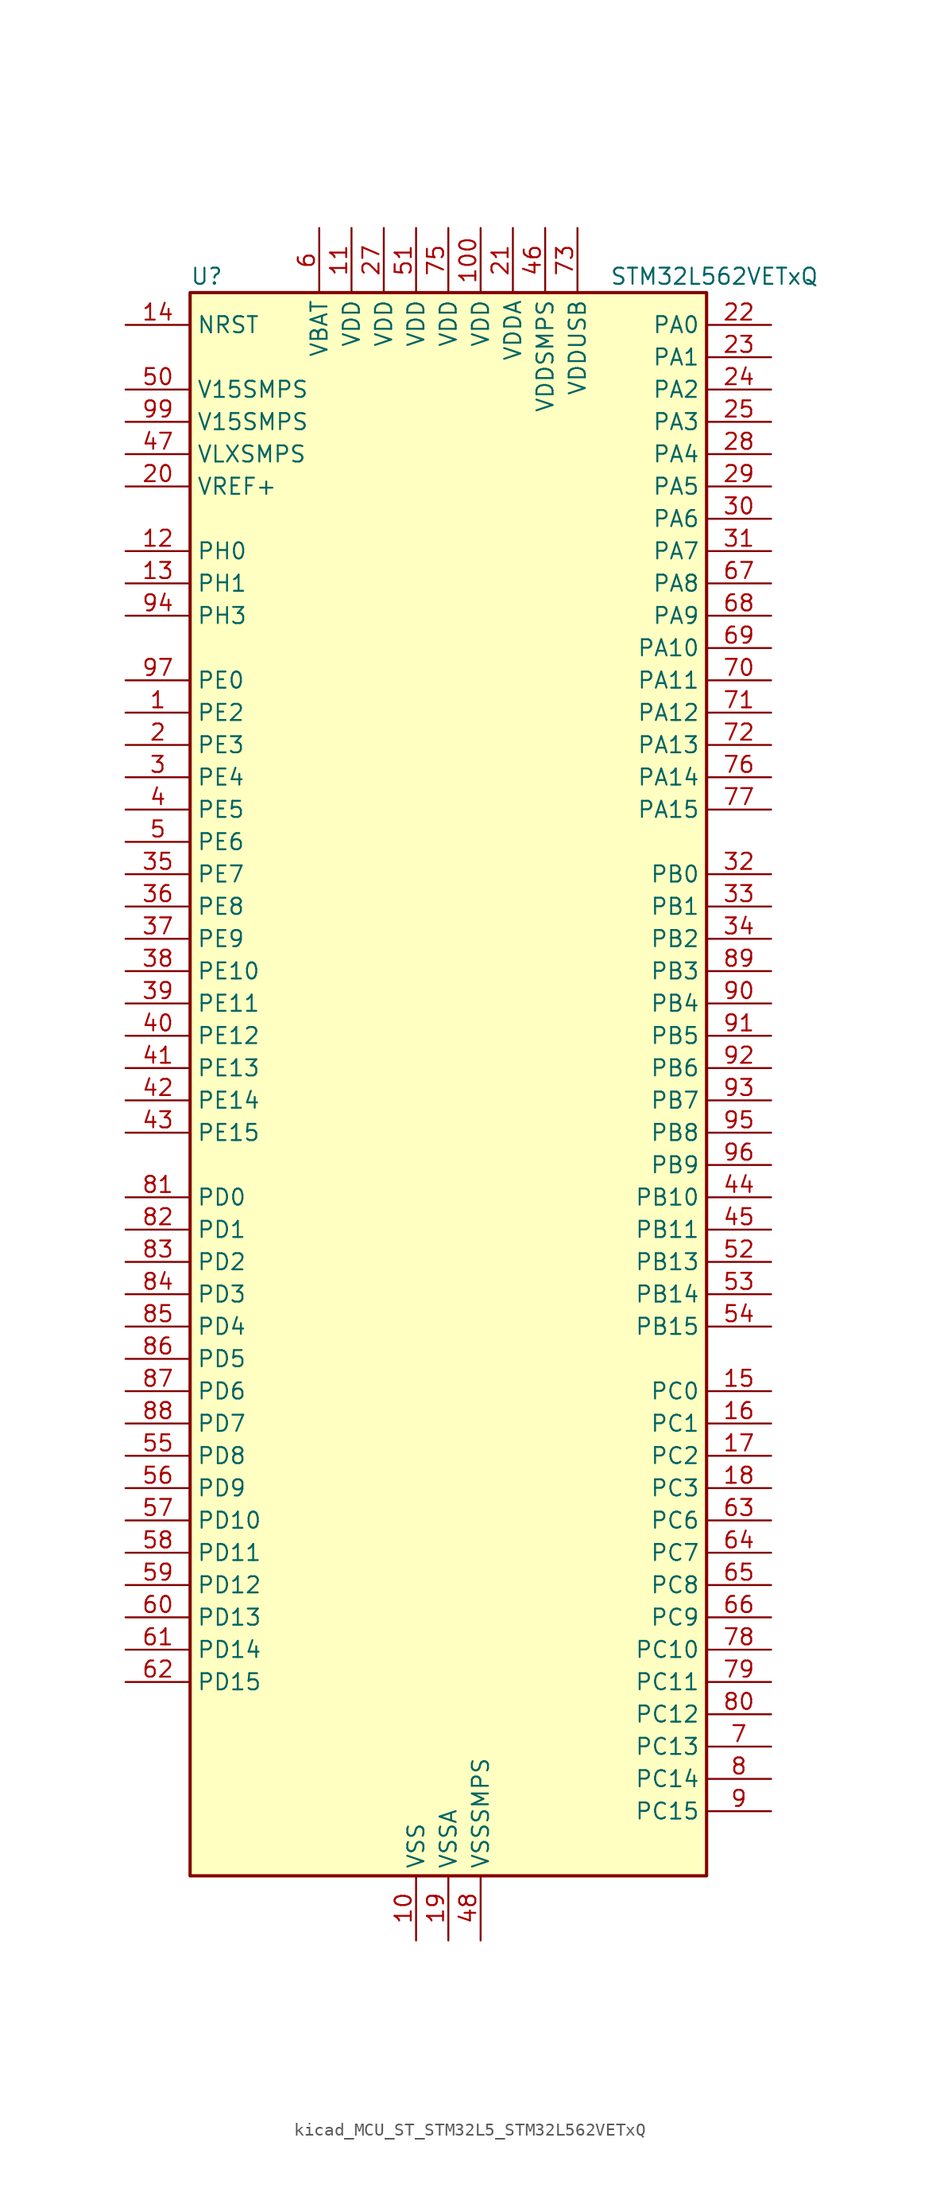
<source format=kicad_sym>
(kicad_symbol_lib
  (version 20220914)
  (generator kicad_symbol_editor)
  (symbol "kicad_MCU_ST_STM32L5_STM32L562VETxQ"
    (property "Reference" "U"
      (at -20.32 64.77 0)
      (effects (font (size 1.27 1.27)) (justify left)))
    (property "Value" "STM32L562VETxQ"
      (at 12.7 64.77 0)
      (effects (font (size 1.27 1.27)) (justify left)))
    (property "ki_locked" ""
      (at 0 0 0)
      (effects (font (size 1.27 1.27))))
    (symbol "kicad_MCU_ST_STM32L5_STM32L562VETxQ_0_1"
      (rectangle (start -20.32 -60.96) (end 20.32 63.5) (stroke (width 0.254) (type default)) (fill (type background))))
    (symbol "kicad_MCU_ST_STM32L5_STM32L562VETxQ_1_1"
      (pin bidirectional line (at -25.4 30.48 0) (length 5.08) (name "PE2" (effects (font (size 1.27 1.27)))) (number "1" (effects (font (size 1.27 1.27)))) (alternate "DEBUG_TRACECLK" bidirectional line) (alternate "FMC_A23" bidirectional line) (alternate "SAI1_CK1" bidirectional line) (alternate "SAI1_MCLK_A" bidirectional line) (alternate "TIM3_ETR" bidirectional line) (alternate "TSC_G7_IO1" bidirectional line))
      (pin power_in line (at -2.54 -66.04 90) (length 5.08) (name "VSS" (effects (font (size 1.27 1.27)))) (number "10" (effects (font (size 1.27 1.27)))))
      (pin power_in line (at 2.54 68.58 270) (length 5.08) (name "VDD" (effects (font (size 1.27 1.27)))) (number "100" (effects (font (size 1.27 1.27)))))
      (pin power_in line (at -7.62 68.58 270) (length 5.08) (name "VDD" (effects (font (size 1.27 1.27)))) (number "11" (effects (font (size 1.27 1.27)))))
      (pin bidirectional line (at -25.4 43.18 0) (length 5.08) (name "PH0" (effects (font (size 1.27 1.27)))) (number "12" (effects (font (size 1.27 1.27)))) (alternate "RCC_OSC_IN" bidirectional line))
      (pin bidirectional line (at -25.4 40.64 0) (length 5.08) (name "PH1" (effects (font (size 1.27 1.27)))) (number "13" (effects (font (size 1.27 1.27)))) (alternate "RCC_OSC_OUT" bidirectional line))
      (pin input line (at -25.4 60.96 0) (length 5.08) (name "NRST" (effects (font (size 1.27 1.27)))) (number "14" (effects (font (size 1.27 1.27)))))
      (pin bidirectional line (at 25.4 -22.86 180) (length 5.08) (name "PC0" (effects (font (size 1.27 1.27)))) (number "15" (effects (font (size 1.27 1.27)))) (alternate "ADC1_IN1" bidirectional line) (alternate "ADC2_IN1" bidirectional line) (alternate "I2C3_SCL" bidirectional line) (alternate "LPTIM1_IN1" bidirectional line) (alternate "LPTIM2_IN1" bidirectional line) (alternate "LPUART1_RX" bidirectional line) (alternate "OCTOSPI1_IO7" bidirectional line) (alternate "SAI2_FS_A" bidirectional line) (alternate "SDMMC1_D5" bidirectional line))
      (pin bidirectional line (at 25.4 -25.4 180) (length 5.08) (name "PC1" (effects (font (size 1.27 1.27)))) (number "16" (effects (font (size 1.27 1.27)))) (alternate "ADC1_IN2" bidirectional line) (alternate "ADC2_IN2" bidirectional line) (alternate "DEBUG_TRACED0" bidirectional line) (alternate "I2C3_SDA" bidirectional line) (alternate "LPTIM1_OUT" bidirectional line) (alternate "LPUART1_TX" bidirectional line) (alternate "OCTOSPI1_IO4" bidirectional line) (alternate "SAI1_SD_A" bidirectional line) (alternate "SPI2_MOSI" bidirectional line))
      (pin bidirectional line (at 25.4 -27.94 180) (length 5.08) (name "PC2" (effects (font (size 1.27 1.27)))) (number "17" (effects (font (size 1.27 1.27)))) (alternate "ADC1_IN3" bidirectional line) (alternate "ADC2_IN3" bidirectional line) (alternate "DFSDM1_CKOUT" bidirectional line) (alternate "LPTIM1_IN2" bidirectional line) (alternate "OCTOSPI1_IO5" bidirectional line) (alternate "SPI2_MISO" bidirectional line))
      (pin bidirectional line (at 25.4 -30.48 180) (length 5.08) (name "PC3" (effects (font (size 1.27 1.27)))) (number "18" (effects (font (size 1.27 1.27)))) (alternate "ADC1_IN4" bidirectional line) (alternate "ADC2_IN4" bidirectional line) (alternate "LPTIM1_ETR" bidirectional line) (alternate "LPTIM2_ETR" bidirectional line) (alternate "LPTIM3_OUT" bidirectional line) (alternate "OCTOSPI1_IO6" bidirectional line) (alternate "SAI1_D1" bidirectional line) (alternate "SAI1_SD_A" bidirectional line) (alternate "SPI2_MOSI" bidirectional line))
      (pin power_in line (at 0 -66.04 90) (length 5.08) (name "VSSA" (effects (font (size 1.27 1.27)))) (number "19" (effects (font (size 1.27 1.27)))))
      (pin bidirectional line (at -25.4 27.94 0) (length 5.08) (name "PE3" (effects (font (size 1.27 1.27)))) (number "2" (effects (font (size 1.27 1.27)))) (alternate "DEBUG_TRACED0" bidirectional line) (alternate "FMC_A19" bidirectional line) (alternate "OCTOSPI1_DQS" bidirectional line) (alternate "SAI1_SD_B" bidirectional line) (alternate "TIM3_CH1" bidirectional line) (alternate "TSC_G7_IO2" bidirectional line))
      (pin input line (at -25.4 48.26 0) (length 5.08) (name "VREF+" (effects (font (size 1.27 1.27)))) (number "20" (effects (font (size 1.27 1.27)))))
      (pin power_in line (at 5.08 68.58 270) (length 5.08) (name "VDDA" (effects (font (size 1.27 1.27)))) (number "21" (effects (font (size 1.27 1.27)))))
      (pin bidirectional line (at 25.4 60.96 180) (length 5.08) (name "PA0" (effects (font (size 1.27 1.27)))) (number "22" (effects (font (size 1.27 1.27)))) (alternate "ADC1_IN5" bidirectional line) (alternate "ADC2_IN5" bidirectional line) (alternate "OPAMP1_VINP" bidirectional line) (alternate "PWR_WKUP1" bidirectional line) (alternate "SAI1_EXTCLK" bidirectional line) (alternate "TAMP_IN2" bidirectional line) (alternate "TAMP_OUT1" bidirectional line) (alternate "TIM2_CH1" bidirectional line) (alternate "TIM2_ETR" bidirectional line) (alternate "TIM5_CH1" bidirectional line) (alternate "TIM8_ETR" bidirectional line) (alternate "UART4_TX" bidirectional line) (alternate "USART2_CTS" bidirectional line) (alternate "USART2_NSS" bidirectional line))
      (pin bidirectional line (at 25.4 58.42 180) (length 5.08) (name "PA1" (effects (font (size 1.27 1.27)))) (number "23" (effects (font (size 1.27 1.27)))) (alternate "ADC1_IN6" bidirectional line) (alternate "ADC2_IN6" bidirectional line) (alternate "I2C1_SMBA" bidirectional line) (alternate "OCTOSPI1_DQS" bidirectional line) (alternate "OPAMP1_VINM" bidirectional line) (alternate "SPI1_SCK" bidirectional line) (alternate "TAMP_IN5" bidirectional line) (alternate "TAMP_OUT4" bidirectional line) (alternate "TIM15_CH1N" bidirectional line) (alternate "TIM2_CH2" bidirectional line) (alternate "TIM5_CH2" bidirectional line) (alternate "UART4_RX" bidirectional line) (alternate "USART2_DE" bidirectional line) (alternate "USART2_RTS" bidirectional line))
      (pin bidirectional line (at 25.4 55.88 180) (length 5.08) (name "PA2" (effects (font (size 1.27 1.27)))) (number "24" (effects (font (size 1.27 1.27)))) (alternate "ADC1_IN7" bidirectional line) (alternate "ADC2_IN7" bidirectional line) (alternate "COMP1_INP" bidirectional line) (alternate "LPUART1_TX" bidirectional line) (alternate "OCTOSPI1_NCS" bidirectional line) (alternate "PWR_WKUP4" bidirectional line) (alternate "RCC_LSCO" bidirectional line) (alternate "SAI2_EXTCLK" bidirectional line) (alternate "TIM15_CH1" bidirectional line) (alternate "TIM2_CH3" bidirectional line) (alternate "TIM5_CH3" bidirectional line) (alternate "UCPD1_FRSTX1" bidirectional line) (alternate "USART2_TX" bidirectional line))
      (pin bidirectional line (at 25.4 53.34 180) (length 5.08) (name "PA3" (effects (font (size 1.27 1.27)))) (number "25" (effects (font (size 1.27 1.27)))) (alternate "ADC1_IN8" bidirectional line) (alternate "ADC2_IN8" bidirectional line) (alternate "LPUART1_RX" bidirectional line) (alternate "OCTOSPI1_CLK" bidirectional line) (alternate "OPAMP1_VOUT" bidirectional line) (alternate "SAI1_CK1" bidirectional line) (alternate "SAI1_MCLK_A" bidirectional line) (alternate "TIM15_CH2" bidirectional line) (alternate "TIM2_CH4" bidirectional line) (alternate "TIM5_CH4" bidirectional line) (alternate "USART2_RX" bidirectional line))
      (pin passive line (at -2.54 -66.04 90) (length 5.08) hide (name "VSS" (effects (font (size 1.27 1.27)))) (number "26" (effects (font (size 1.27 1.27)))))
      (pin power_in line (at -5.08 68.58 270) (length 5.08) (name "VDD" (effects (font (size 1.27 1.27)))) (number "27" (effects (font (size 1.27 1.27)))))
      (pin bidirectional line (at 25.4 50.8 180) (length 5.08) (name "PA4" (effects (font (size 1.27 1.27)))) (number "28" (effects (font (size 1.27 1.27)))) (alternate "ADC1_IN9" bidirectional line) (alternate "ADC2_IN9" bidirectional line) (alternate "DAC1_OUT1" bidirectional line) (alternate "LPTIM2_OUT" bidirectional line) (alternate "OCTOSPI1_NCS" bidirectional line) (alternate "SAI1_FS_B" bidirectional line) (alternate "SPI1_NSS" bidirectional line) (alternate "SPI3_NSS" bidirectional line) (alternate "USART2_CK" bidirectional line))
      (pin bidirectional line (at 25.4 48.26 180) (length 5.08) (name "PA5" (effects (font (size 1.27 1.27)))) (number "29" (effects (font (size 1.27 1.27)))) (alternate "ADC1_IN10" bidirectional line) (alternate "ADC2_IN10" bidirectional line) (alternate "DAC1_OUT2" bidirectional line) (alternate "LPTIM2_ETR" bidirectional line) (alternate "SPI1_SCK" bidirectional line) (alternate "TIM2_CH1" bidirectional line) (alternate "TIM2_ETR" bidirectional line) (alternate "TIM8_CH1N" bidirectional line))
      (pin bidirectional line (at -25.4 25.4 0) (length 5.08) (name "PE4" (effects (font (size 1.27 1.27)))) (number "3" (effects (font (size 1.27 1.27)))) (alternate "DEBUG_TRACED1" bidirectional line) (alternate "DFSDM1_DATIN3" bidirectional line) (alternate "FMC_A20" bidirectional line) (alternate "SAI1_D2" bidirectional line) (alternate "SAI1_FS_A" bidirectional line) (alternate "TIM3_CH2" bidirectional line) (alternate "TSC_G7_IO3" bidirectional line))
      (pin bidirectional line (at 25.4 45.72 180) (length 5.08) (name "PA6" (effects (font (size 1.27 1.27)))) (number "30" (effects (font (size 1.27 1.27)))) (alternate "ADC1_IN11" bidirectional line) (alternate "ADC2_IN11" bidirectional line) (alternate "LPUART1_CTS" bidirectional line) (alternate "OCTOSPI1_IO3" bidirectional line) (alternate "OPAMP2_VINP" bidirectional line) (alternate "SPI1_MISO" bidirectional line) (alternate "TIM16_CH1" bidirectional line) (alternate "TIM1_BKIN" bidirectional line) (alternate "TIM3_CH1" bidirectional line) (alternate "TIM8_BKIN" bidirectional line) (alternate "USART3_CTS" bidirectional line) (alternate "USART3_NSS" bidirectional line))
      (pin bidirectional line (at 25.4 43.18 180) (length 5.08) (name "PA7" (effects (font (size 1.27 1.27)))) (number "31" (effects (font (size 1.27 1.27)))) (alternate "ADC1_IN12" bidirectional line) (alternate "ADC2_IN12" bidirectional line) (alternate "I2C3_SCL" bidirectional line) (alternate "OCTOSPI1_IO2" bidirectional line) (alternate "OPAMP2_VINM" bidirectional line) (alternate "SPI1_MOSI" bidirectional line) (alternate "TIM17_CH1" bidirectional line) (alternate "TIM1_CH1N" bidirectional line) (alternate "TIM3_CH2" bidirectional line) (alternate "TIM8_CH1N" bidirectional line))
      (pin bidirectional line (at 25.4 17.78 180) (length 5.08) (name "PB0" (effects (font (size 1.27 1.27)))) (number "32" (effects (font (size 1.27 1.27)))) (alternate "ADC1_IN15" bidirectional line) (alternate "ADC2_IN15" bidirectional line) (alternate "COMP1_OUT" bidirectional line) (alternate "OCTOSPI1_IO1" bidirectional line) (alternate "OPAMP2_VOUT" bidirectional line) (alternate "SAI1_EXTCLK" bidirectional line) (alternate "SPI1_NSS" bidirectional line) (alternate "TIM1_CH2N" bidirectional line) (alternate "TIM3_CH3" bidirectional line) (alternate "TIM8_CH2N" bidirectional line) (alternate "USART3_CK" bidirectional line))
      (pin bidirectional line (at 25.4 15.24 180) (length 5.08) (name "PB1" (effects (font (size 1.27 1.27)))) (number "33" (effects (font (size 1.27 1.27)))) (alternate "ADC1_IN16" bidirectional line) (alternate "ADC2_IN16" bidirectional line) (alternate "COMP1_INM" bidirectional line) (alternate "DFSDM1_DATIN0" bidirectional line) (alternate "LPTIM2_IN1" bidirectional line) (alternate "LPUART1_DE" bidirectional line) (alternate "LPUART1_RTS" bidirectional line) (alternate "OCTOSPI1_IO0" bidirectional line) (alternate "TIM1_CH3N" bidirectional line) (alternate "TIM3_CH4" bidirectional line) (alternate "TIM8_CH3N" bidirectional line) (alternate "USART3_DE" bidirectional line) (alternate "USART3_RTS" bidirectional line))
      (pin bidirectional line (at 25.4 12.7 180) (length 5.08) (name "PB2" (effects (font (size 1.27 1.27)))) (number "34" (effects (font (size 1.27 1.27)))) (alternate "COMP1_INP" bidirectional line) (alternate "DFSDM1_CKIN0" bidirectional line) (alternate "I2C3_SMBA" bidirectional line) (alternate "LPTIM1_OUT" bidirectional line) (alternate "OCTOSPI1_DQS" bidirectional line) (alternate "RTC_OUT2" bidirectional line) (alternate "UCPD1_FRSTX1" bidirectional line))
      (pin bidirectional line (at -25.4 17.78 0) (length 5.08) (name "PE7" (effects (font (size 1.27 1.27)))) (number "35" (effects (font (size 1.27 1.27)))) (alternate "DFSDM1_DATIN2" bidirectional line) (alternate "FMC_D4" bidirectional line) (alternate "FMC_DA4" bidirectional line) (alternate "SAI1_SD_B" bidirectional line) (alternate "TIM1_ETR" bidirectional line))
      (pin bidirectional line (at -25.4 15.24 0) (length 5.08) (name "PE8" (effects (font (size 1.27 1.27)))) (number "36" (effects (font (size 1.27 1.27)))) (alternate "DFSDM1_CKIN2" bidirectional line) (alternate "FMC_D5" bidirectional line) (alternate "FMC_DA5" bidirectional line) (alternate "SAI1_SCK_B" bidirectional line) (alternate "TIM1_CH1N" bidirectional line))
      (pin bidirectional line (at -25.4 12.7 0) (length 5.08) (name "PE9" (effects (font (size 1.27 1.27)))) (number "37" (effects (font (size 1.27 1.27)))) (alternate "DAC1_EXTI9" bidirectional line) (alternate "DFSDM1_CKOUT" bidirectional line) (alternate "FMC_D6" bidirectional line) (alternate "FMC_DA6" bidirectional line) (alternate "OCTOSPI1_NCLK" bidirectional line) (alternate "SAI1_FS_B" bidirectional line) (alternate "TIM1_CH1" bidirectional line))
      (pin bidirectional line (at -25.4 10.16 0) (length 5.08) (name "PE10" (effects (font (size 1.27 1.27)))) (number "38" (effects (font (size 1.27 1.27)))) (alternate "FMC_D7" bidirectional line) (alternate "FMC_DA7" bidirectional line) (alternate "OCTOSPI1_CLK" bidirectional line) (alternate "SAI1_MCLK_B" bidirectional line) (alternate "TIM1_CH2N" bidirectional line) (alternate "TSC_G5_IO1" bidirectional line))
      (pin bidirectional line (at -25.4 7.62 0) (length 5.08) (name "PE11" (effects (font (size 1.27 1.27)))) (number "39" (effects (font (size 1.27 1.27)))) (alternate "ADC1_EXTI11" bidirectional line) (alternate "ADC2_EXTI11" bidirectional line) (alternate "FMC_D8" bidirectional line) (alternate "FMC_DA8" bidirectional line) (alternate "OCTOSPI1_NCS" bidirectional line) (alternate "TIM1_CH2" bidirectional line) (alternate "TSC_G5_IO2" bidirectional line))
      (pin bidirectional line (at -25.4 22.86 0) (length 5.08) (name "PE5" (effects (font (size 1.27 1.27)))) (number "4" (effects (font (size 1.27 1.27)))) (alternate "DEBUG_TRACED2" bidirectional line) (alternate "DFSDM1_CKIN3" bidirectional line) (alternate "FMC_A21" bidirectional line) (alternate "SAI1_CK2" bidirectional line) (alternate "SAI1_SCK_A" bidirectional line) (alternate "TIM3_CH3" bidirectional line) (alternate "TSC_G7_IO4" bidirectional line))
      (pin bidirectional line (at -25.4 5.08 0) (length 5.08) (name "PE12" (effects (font (size 1.27 1.27)))) (number "40" (effects (font (size 1.27 1.27)))) (alternate "FMC_D9" bidirectional line) (alternate "FMC_DA9" bidirectional line) (alternate "OCTOSPI1_IO0" bidirectional line) (alternate "SPI1_NSS" bidirectional line) (alternate "TIM1_CH3N" bidirectional line) (alternate "TSC_G5_IO3" bidirectional line))
      (pin bidirectional line (at -25.4 2.54 0) (length 5.08) (name "PE13" (effects (font (size 1.27 1.27)))) (number "41" (effects (font (size 1.27 1.27)))) (alternate "FMC_D10" bidirectional line) (alternate "FMC_DA10" bidirectional line) (alternate "OCTOSPI1_IO1" bidirectional line) (alternate "SPI1_SCK" bidirectional line) (alternate "TIM1_CH3" bidirectional line) (alternate "TSC_G5_IO4" bidirectional line))
      (pin bidirectional line (at -25.4 0 0) (length 5.08) (name "PE14" (effects (font (size 1.27 1.27)))) (number "42" (effects (font (size 1.27 1.27)))) (alternate "FMC_D11" bidirectional line) (alternate "FMC_DA11" bidirectional line) (alternate "OCTOSPI1_IO2" bidirectional line) (alternate "SPI1_MISO" bidirectional line) (alternate "TIM1_BKIN2" bidirectional line) (alternate "TIM1_CH4" bidirectional line))
      (pin bidirectional line (at -25.4 -2.54 0) (length 5.08) (name "PE15" (effects (font (size 1.27 1.27)))) (number "43" (effects (font (size 1.27 1.27)))) (alternate "ADC1_EXTI15" bidirectional line) (alternate "ADC2_EXTI15" bidirectional line) (alternate "FMC_D12" bidirectional line) (alternate "FMC_DA12" bidirectional line) (alternate "OCTOSPI1_IO3" bidirectional line) (alternate "SPI1_MOSI" bidirectional line) (alternate "TIM1_BKIN" bidirectional line))
      (pin bidirectional line (at 25.4 -7.62 180) (length 5.08) (name "PB10" (effects (font (size 1.27 1.27)))) (number "44" (effects (font (size 1.27 1.27)))) (alternate "COMP1_OUT" bidirectional line) (alternate "I2C2_SCL" bidirectional line) (alternate "I2C4_SCL" bidirectional line) (alternate "LPTIM3_OUT" bidirectional line) (alternate "LPUART1_RX" bidirectional line) (alternate "OCTOSPI1_CLK" bidirectional line) (alternate "SAI1_SCK_A" bidirectional line) (alternate "SPI2_SCK" bidirectional line) (alternate "TIM2_CH3" bidirectional line) (alternate "TSC_SYNC" bidirectional line) (alternate "USART3_TX" bidirectional line))
      (pin bidirectional line (at 25.4 -10.16 180) (length 5.08) (name "PB11" (effects (font (size 1.27 1.27)))) (number "45" (effects (font (size 1.27 1.27)))) (alternate "ADC1_EXTI11" bidirectional line) (alternate "ADC2_EXTI11" bidirectional line) (alternate "COMP2_OUT" bidirectional line) (alternate "I2C2_SDA" bidirectional line) (alternate "I2C4_SDA" bidirectional line) (alternate "LPUART1_TX" bidirectional line) (alternate "OCTOSPI1_NCS" bidirectional line) (alternate "TIM2_CH4" bidirectional line) (alternate "USART3_RX" bidirectional line))
      (pin power_in line (at 7.62 68.58 270) (length 5.08) (name "VDDSMPS" (effects (font (size 1.27 1.27)))) (number "46" (effects (font (size 1.27 1.27)))))
      (pin power_in line (at -25.4 50.8 0) (length 5.08) (name "VLXSMPS" (effects (font (size 1.27 1.27)))) (number "47" (effects (font (size 1.27 1.27)))))
      (pin power_in line (at 2.54 -66.04 90) (length 5.08) (name "VSSSMPS" (effects (font (size 1.27 1.27)))) (number "48" (effects (font (size 1.27 1.27)))))
      (pin passive line (at -2.54 -66.04 90) (length 5.08) hide (name "VSS" (effects (font (size 1.27 1.27)))) (number "49" (effects (font (size 1.27 1.27)))))
      (pin bidirectional line (at -25.4 20.32 0) (length 5.08) (name "PE6" (effects (font (size 1.27 1.27)))) (number "5" (effects (font (size 1.27 1.27)))) (alternate "DEBUG_TRACED3" bidirectional line) (alternate "FMC_A22" bidirectional line) (alternate "PWR_WKUP3" bidirectional line) (alternate "SAI1_D1" bidirectional line) (alternate "SAI1_SD_A" bidirectional line) (alternate "TAMP_IN3" bidirectional line) (alternate "TAMP_OUT6" bidirectional line) (alternate "TIM3_CH4" bidirectional line))
      (pin power_in line (at -25.4 55.88 0) (length 5.08) (name "V15SMPS" (effects (font (size 1.27 1.27)))) (number "50" (effects (font (size 1.27 1.27)))))
      (pin power_in line (at -2.54 68.58 270) (length 5.08) (name "VDD" (effects (font (size 1.27 1.27)))) (number "51" (effects (font (size 1.27 1.27)))))
      (pin bidirectional line (at 25.4 -12.7 180) (length 5.08) (name "PB13" (effects (font (size 1.27 1.27)))) (number "52" (effects (font (size 1.27 1.27)))) (alternate "DFSDM1_CKIN1" bidirectional line) (alternate "I2C2_SCL" bidirectional line) (alternate "LPTIM3_IN1" bidirectional line) (alternate "LPUART1_CTS" bidirectional line) (alternate "SAI2_SCK_A" bidirectional line) (alternate "SPI2_SCK" bidirectional line) (alternate "TIM15_CH1N" bidirectional line) (alternate "TIM1_CH1N" bidirectional line) (alternate "TSC_G1_IO2" bidirectional line) (alternate "UCPD1_FRSTX2" bidirectional line) (alternate "USART3_CTS" bidirectional line) (alternate "USART3_NSS" bidirectional line))
      (pin bidirectional line (at 25.4 -15.24 180) (length 5.08) (name "PB14" (effects (font (size 1.27 1.27)))) (number "53" (effects (font (size 1.27 1.27)))) (alternate "DFSDM1_DATIN2" bidirectional line) (alternate "I2C2_SDA" bidirectional line) (alternate "LPTIM3_ETR" bidirectional line) (alternate "SAI2_MCLK_A" bidirectional line) (alternate "SPI2_MISO" bidirectional line) (alternate "TIM15_CH1" bidirectional line) (alternate "TIM1_CH2N" bidirectional line) (alternate "TIM8_CH2N" bidirectional line) (alternate "TSC_G1_IO3" bidirectional line) (alternate "UCPD1_DBCC2" bidirectional line) (alternate "USART3_DE" bidirectional line) (alternate "USART3_RTS" bidirectional line))
      (pin bidirectional line (at 25.4 -17.78 180) (length 5.08) (name "PB15" (effects (font (size 1.27 1.27)))) (number "54" (effects (font (size 1.27 1.27)))) (alternate "ADC1_EXTI15" bidirectional line) (alternate "ADC2_EXTI15" bidirectional line) (alternate "DFSDM1_CKIN2" bidirectional line) (alternate "RTC_REFIN" bidirectional line) (alternate "SAI2_SD_A" bidirectional line) (alternate "SPI2_MOSI" bidirectional line) (alternate "TIM15_CH2" bidirectional line) (alternate "TIM1_CH3N" bidirectional line) (alternate "TIM8_CH3N" bidirectional line) (alternate "UCPD1_CC2" bidirectional line))
      (pin bidirectional line (at -25.4 -27.94 0) (length 5.08) (name "PD8" (effects (font (size 1.27 1.27)))) (number "55" (effects (font (size 1.27 1.27)))) (alternate "FMC_D13" bidirectional line) (alternate "FMC_DA13" bidirectional line) (alternate "USART3_TX" bidirectional line))
      (pin bidirectional line (at -25.4 -30.48 0) (length 5.08) (name "PD9" (effects (font (size 1.27 1.27)))) (number "56" (effects (font (size 1.27 1.27)))) (alternate "DAC1_EXTI9" bidirectional line) (alternate "FMC_D14" bidirectional line) (alternate "FMC_DA14" bidirectional line) (alternate "SAI2_MCLK_A" bidirectional line) (alternate "USART3_RX" bidirectional line))
      (pin bidirectional line (at -25.4 -33.02 0) (length 5.08) (name "PD10" (effects (font (size 1.27 1.27)))) (number "57" (effects (font (size 1.27 1.27)))) (alternate "FMC_D15" bidirectional line) (alternate "FMC_DA15" bidirectional line) (alternate "SAI2_SCK_A" bidirectional line) (alternate "TSC_G6_IO1" bidirectional line) (alternate "USART3_CK" bidirectional line))
      (pin bidirectional line (at -25.4 -35.56 0) (length 5.08) (name "PD11" (effects (font (size 1.27 1.27)))) (number "58" (effects (font (size 1.27 1.27)))) (alternate "ADC1_EXTI11" bidirectional line) (alternate "ADC2_EXTI11" bidirectional line) (alternate "FMC_A16" bidirectional line) (alternate "FMC_CLE" bidirectional line) (alternate "I2C4_SMBA" bidirectional line) (alternate "LPTIM2_ETR" bidirectional line) (alternate "SAI2_SD_A" bidirectional line) (alternate "TSC_G6_IO2" bidirectional line) (alternate "USART3_CTS" bidirectional line) (alternate "USART3_NSS" bidirectional line))
      (pin bidirectional line (at -25.4 -38.1 0) (length 5.08) (name "PD12" (effects (font (size 1.27 1.27)))) (number "59" (effects (font (size 1.27 1.27)))) (alternate "FMC_A17" bidirectional line) (alternate "FMC_ALE" bidirectional line) (alternate "I2C4_SCL" bidirectional line) (alternate "LPTIM2_IN1" bidirectional line) (alternate "SAI2_FS_A" bidirectional line) (alternate "TIM4_CH1" bidirectional line) (alternate "TSC_G6_IO3" bidirectional line) (alternate "USART3_DE" bidirectional line) (alternate "USART3_RTS" bidirectional line))
      (pin power_in line (at -10.16 68.58 270) (length 5.08) (name "VBAT" (effects (font (size 1.27 1.27)))) (number "6" (effects (font (size 1.27 1.27)))))
      (pin bidirectional line (at -25.4 -40.64 0) (length 5.08) (name "PD13" (effects (font (size 1.27 1.27)))) (number "60" (effects (font (size 1.27 1.27)))) (alternate "FMC_A18" bidirectional line) (alternate "I2C4_SDA" bidirectional line) (alternate "LPTIM2_OUT" bidirectional line) (alternate "TIM4_CH2" bidirectional line) (alternate "TSC_G6_IO4" bidirectional line))
      (pin bidirectional line (at -25.4 -43.18 0) (length 5.08) (name "PD14" (effects (font (size 1.27 1.27)))) (number "61" (effects (font (size 1.27 1.27)))) (alternate "FMC_D0" bidirectional line) (alternate "FMC_DA0" bidirectional line) (alternate "TIM4_CH3" bidirectional line))
      (pin bidirectional line (at -25.4 -45.72 0) (length 5.08) (name "PD15" (effects (font (size 1.27 1.27)))) (number "62" (effects (font (size 1.27 1.27)))) (alternate "ADC1_EXTI15" bidirectional line) (alternate "ADC2_EXTI15" bidirectional line) (alternate "FMC_D1" bidirectional line) (alternate "FMC_DA1" bidirectional line) (alternate "TIM4_CH4" bidirectional line))
      (pin bidirectional line (at 25.4 -33.02 180) (length 5.08) (name "PC6" (effects (font (size 1.27 1.27)))) (number "63" (effects (font (size 1.27 1.27)))) (alternate "DFSDM1_CKIN3" bidirectional line) (alternate "SAI2_MCLK_A" bidirectional line) (alternate "SDMMC1_D0DIR" bidirectional line) (alternate "SDMMC1_D6" bidirectional line) (alternate "TIM3_CH1" bidirectional line) (alternate "TIM8_CH1" bidirectional line) (alternate "TSC_G4_IO1" bidirectional line))
      (pin bidirectional line (at 25.4 -35.56 180) (length 5.08) (name "PC7" (effects (font (size 1.27 1.27)))) (number "64" (effects (font (size 1.27 1.27)))) (alternate "DFSDM1_DATIN3" bidirectional line) (alternate "SAI2_MCLK_B" bidirectional line) (alternate "SDMMC1_D123DIR" bidirectional line) (alternate "SDMMC1_D7" bidirectional line) (alternate "TIM3_CH2" bidirectional line) (alternate "TIM8_CH2" bidirectional line) (alternate "TSC_G4_IO2" bidirectional line))
      (pin bidirectional line (at 25.4 -38.1 180) (length 5.08) (name "PC8" (effects (font (size 1.27 1.27)))) (number "65" (effects (font (size 1.27 1.27)))) (alternate "SDMMC1_D0" bidirectional line) (alternate "TIM3_CH3" bidirectional line) (alternate "TIM8_CH3" bidirectional line) (alternate "TSC_G4_IO3" bidirectional line))
      (pin bidirectional line (at 25.4 -40.64 180) (length 5.08) (name "PC9" (effects (font (size 1.27 1.27)))) (number "66" (effects (font (size 1.27 1.27)))) (alternate "DAC1_EXTI9" bidirectional line) (alternate "DEBUG_TRACED0" bidirectional line) (alternate "SAI2_EXTCLK" bidirectional line) (alternate "SDMMC1_D1" bidirectional line) (alternate "TIM3_CH4" bidirectional line) (alternate "TIM8_BKIN2" bidirectional line) (alternate "TIM8_CH4" bidirectional line) (alternate "TSC_G4_IO4" bidirectional line) (alternate "USB_NOE" bidirectional line))
      (pin bidirectional line (at 25.4 40.64 180) (length 5.08) (name "PA8" (effects (font (size 1.27 1.27)))) (number "67" (effects (font (size 1.27 1.27)))) (alternate "LPTIM2_OUT" bidirectional line) (alternate "RCC_MCO" bidirectional line) (alternate "SAI1_CK2" bidirectional line) (alternate "SAI1_SCK_A" bidirectional line) (alternate "TIM1_CH1" bidirectional line) (alternate "USART1_CK" bidirectional line))
      (pin bidirectional line (at 25.4 38.1 180) (length 5.08) (name "PA9" (effects (font (size 1.27 1.27)))) (number "68" (effects (font (size 1.27 1.27)))) (alternate "DAC1_EXTI9" bidirectional line) (alternate "SAI1_FS_A" bidirectional line) (alternate "SPI2_SCK" bidirectional line) (alternate "TIM15_BKIN" bidirectional line) (alternate "TIM1_CH2" bidirectional line) (alternate "USART1_TX" bidirectional line))
      (pin bidirectional line (at 25.4 35.56 180) (length 5.08) (name "PA10" (effects (font (size 1.27 1.27)))) (number "69" (effects (font (size 1.27 1.27)))) (alternate "CRS_SYNC" bidirectional line) (alternate "SAI1_D1" bidirectional line) (alternate "SAI1_SD_A" bidirectional line) (alternate "TIM17_BKIN" bidirectional line) (alternate "TIM1_CH3" bidirectional line) (alternate "USART1_RX" bidirectional line))
      (pin bidirectional line (at 25.4 -50.8 180) (length 5.08) (name "PC13" (effects (font (size 1.27 1.27)))) (number "7" (effects (font (size 1.27 1.27)))) (alternate "PWR_WKUP2" bidirectional line) (alternate "RTC_OUT1" bidirectional line) (alternate "RTC_TS" bidirectional line) (alternate "TAMP_IN1" bidirectional line) (alternate "TAMP_OUT2" bidirectional line))
      (pin bidirectional line (at 25.4 33.02 180) (length 5.08) (name "PA11" (effects (font (size 1.27 1.27)))) (number "70" (effects (font (size 1.27 1.27)))) (alternate "ADC1_EXTI11" bidirectional line) (alternate "ADC2_EXTI11" bidirectional line) (alternate "FDCAN1_RX" bidirectional line) (alternate "SPI1_MISO" bidirectional line) (alternate "TIM1_BKIN2" bidirectional line) (alternate "TIM1_CH4" bidirectional line) (alternate "USART1_CTS" bidirectional line) (alternate "USART1_NSS" bidirectional line) (alternate "USB_DM" bidirectional line))
      (pin bidirectional line (at 25.4 30.48 180) (length 5.08) (name "PA12" (effects (font (size 1.27 1.27)))) (number "71" (effects (font (size 1.27 1.27)))) (alternate "FDCAN1_TX" bidirectional line) (alternate "SPI1_MOSI" bidirectional line) (alternate "TIM1_ETR" bidirectional line) (alternate "USART1_DE" bidirectional line) (alternate "USART1_RTS" bidirectional line) (alternate "USB_DP" bidirectional line))
      (pin bidirectional line (at 25.4 27.94 180) (length 5.08) (name "PA13" (effects (font (size 1.27 1.27)))) (number "72" (effects (font (size 1.27 1.27)))) (alternate "DEBUG_JTMS-SWDIO" bidirectional line) (alternate "IR_OUT" bidirectional line) (alternate "SAI1_SD_B" bidirectional line) (alternate "USB_NOE" bidirectional line))
      (pin power_in line (at 10.16 68.58 270) (length 5.08) (name "VDDUSB" (effects (font (size 1.27 1.27)))) (number "73" (effects (font (size 1.27 1.27)))))
      (pin passive line (at -2.54 -66.04 90) (length 5.08) hide (name "VSS" (effects (font (size 1.27 1.27)))) (number "74" (effects (font (size 1.27 1.27)))))
      (pin power_in line (at 0 68.58 270) (length 5.08) (name "VDD" (effects (font (size 1.27 1.27)))) (number "75" (effects (font (size 1.27 1.27)))))
      (pin bidirectional line (at 25.4 25.4 180) (length 5.08) (name "PA14" (effects (font (size 1.27 1.27)))) (number "76" (effects (font (size 1.27 1.27)))) (alternate "DEBUG_JTCK-SWCLK" bidirectional line) (alternate "I2C1_SMBA" bidirectional line) (alternate "I2C4_SMBA" bidirectional line) (alternate "LPTIM1_OUT" bidirectional line) (alternate "SAI1_FS_B" bidirectional line))
      (pin bidirectional line (at 25.4 22.86 180) (length 5.08) (name "PA15" (effects (font (size 1.27 1.27)))) (number "77" (effects (font (size 1.27 1.27)))) (alternate "ADC1_EXTI15" bidirectional line) (alternate "ADC2_EXTI15" bidirectional line) (alternate "DEBUG_JTDI" bidirectional line) (alternate "SAI2_FS_B" bidirectional line) (alternate "SPI1_NSS" bidirectional line) (alternate "SPI3_NSS" bidirectional line) (alternate "TIM2_CH1" bidirectional line) (alternate "TIM2_ETR" bidirectional line) (alternate "UART4_DE" bidirectional line) (alternate "UART4_RTS" bidirectional line) (alternate "UCPD1_CC1" bidirectional line) (alternate "USART2_RX" bidirectional line) (alternate "USART3_DE" bidirectional line) (alternate "USART3_RTS" bidirectional line))
      (pin bidirectional line (at 25.4 -43.18 180) (length 5.08) (name "PC10" (effects (font (size 1.27 1.27)))) (number "78" (effects (font (size 1.27 1.27)))) (alternate "DEBUG_TRACED1" bidirectional line) (alternate "LPTIM3_ETR" bidirectional line) (alternate "SAI2_SCK_B" bidirectional line) (alternate "SDMMC1_D2" bidirectional line) (alternate "SPI3_SCK" bidirectional line) (alternate "TSC_G3_IO2" bidirectional line) (alternate "UART4_TX" bidirectional line) (alternate "USART3_TX" bidirectional line))
      (pin bidirectional line (at 25.4 -45.72 180) (length 5.08) (name "PC11" (effects (font (size 1.27 1.27)))) (number "79" (effects (font (size 1.27 1.27)))) (alternate "ADC1_EXTI11" bidirectional line) (alternate "ADC2_EXTI11" bidirectional line) (alternate "LPTIM3_IN1" bidirectional line) (alternate "OCTOSPI1_NCS" bidirectional line) (alternate "SAI2_MCLK_B" bidirectional line) (alternate "SDMMC1_D3" bidirectional line) (alternate "SPI3_MISO" bidirectional line) (alternate "TSC_G3_IO3" bidirectional line) (alternate "UART4_RX" bidirectional line) (alternate "UCPD1_FRSTX2" bidirectional line) (alternate "USART3_RX" bidirectional line))
      (pin bidirectional line (at 25.4 -53.34 180) (length 5.08) (name "PC14" (effects (font (size 1.27 1.27)))) (number "8" (effects (font (size 1.27 1.27)))) (alternate "RCC_OSC32_IN" bidirectional line))
      (pin bidirectional line (at 25.4 -48.26 180) (length 5.08) (name "PC12" (effects (font (size 1.27 1.27)))) (number "80" (effects (font (size 1.27 1.27)))) (alternate "DEBUG_TRACED3" bidirectional line) (alternate "SAI2_SD_B" bidirectional line) (alternate "SDMMC1_CK" bidirectional line) (alternate "SPI3_MOSI" bidirectional line) (alternate "TSC_G3_IO4" bidirectional line) (alternate "UART5_TX" bidirectional line) (alternate "USART3_CK" bidirectional line))
      (pin bidirectional line (at -25.4 -7.62 0) (length 5.08) (name "PD0" (effects (font (size 1.27 1.27)))) (number "81" (effects (font (size 1.27 1.27)))) (alternate "FDCAN1_RX" bidirectional line) (alternate "FMC_D2" bidirectional line) (alternate "FMC_DA2" bidirectional line) (alternate "SPI2_NSS" bidirectional line))
      (pin bidirectional line (at -25.4 -10.16 0) (length 5.08) (name "PD1" (effects (font (size 1.27 1.27)))) (number "82" (effects (font (size 1.27 1.27)))) (alternate "FDCAN1_TX" bidirectional line) (alternate "FMC_D3" bidirectional line) (alternate "FMC_DA3" bidirectional line) (alternate "SPI2_SCK" bidirectional line))
      (pin bidirectional line (at -25.4 -12.7 0) (length 5.08) (name "PD2" (effects (font (size 1.27 1.27)))) (number "83" (effects (font (size 1.27 1.27)))) (alternate "DEBUG_TRACED2" bidirectional line) (alternate "SDMMC1_CMD" bidirectional line) (alternate "TIM3_ETR" bidirectional line) (alternate "TSC_SYNC" bidirectional line) (alternate "UART5_RX" bidirectional line) (alternate "USART3_DE" bidirectional line) (alternate "USART3_RTS" bidirectional line))
      (pin bidirectional line (at -25.4 -15.24 0) (length 5.08) (name "PD3" (effects (font (size 1.27 1.27)))) (number "84" (effects (font (size 1.27 1.27)))) (alternate "DFSDM1_DATIN0" bidirectional line) (alternate "FMC_CLK" bidirectional line) (alternate "SPI2_MISO" bidirectional line) (alternate "SPI2_SCK" bidirectional line) (alternate "USART2_CTS" bidirectional line) (alternate "USART2_NSS" bidirectional line))
      (pin bidirectional line (at -25.4 -17.78 0) (length 5.08) (name "PD4" (effects (font (size 1.27 1.27)))) (number "85" (effects (font (size 1.27 1.27)))) (alternate "DFSDM1_CKIN0" bidirectional line) (alternate "FMC_NOE" bidirectional line) (alternate "OCTOSPI1_IO4" bidirectional line) (alternate "SPI2_MOSI" bidirectional line) (alternate "USART2_DE" bidirectional line) (alternate "USART2_RTS" bidirectional line))
      (pin bidirectional line (at -25.4 -20.32 0) (length 5.08) (name "PD5" (effects (font (size 1.27 1.27)))) (number "86" (effects (font (size 1.27 1.27)))) (alternate "FMC_NWE" bidirectional line) (alternate "OCTOSPI1_IO5" bidirectional line) (alternate "USART2_TX" bidirectional line))
      (pin bidirectional line (at -25.4 -22.86 0) (length 5.08) (name "PD6" (effects (font (size 1.27 1.27)))) (number "87" (effects (font (size 1.27 1.27)))) (alternate "DFSDM1_DATIN1" bidirectional line) (alternate "FMC_NWAIT" bidirectional line) (alternate "OCTOSPI1_IO6" bidirectional line) (alternate "SAI1_D1" bidirectional line) (alternate "SAI1_SD_A" bidirectional line) (alternate "SPI3_MOSI" bidirectional line) (alternate "USART2_RX" bidirectional line))
      (pin bidirectional line (at -25.4 -25.4 0) (length 5.08) (name "PD7" (effects (font (size 1.27 1.27)))) (number "88" (effects (font (size 1.27 1.27)))) (alternate "DFSDM1_CKIN1" bidirectional line) (alternate "FMC_NCE" bidirectional line) (alternate "FMC_NE1" bidirectional line) (alternate "OCTOSPI1_IO7" bidirectional line) (alternate "USART2_CK" bidirectional line))
      (pin bidirectional line (at 25.4 10.16 180) (length 5.08) (name "PB3" (effects (font (size 1.27 1.27)))) (number "89" (effects (font (size 1.27 1.27)))) (alternate "COMP2_INM" bidirectional line) (alternate "CRS_SYNC" bidirectional line) (alternate "DEBUG_JTDO-SWO" bidirectional line) (alternate "SAI1_SCK_B" bidirectional line) (alternate "SPI1_SCK" bidirectional line) (alternate "SPI3_SCK" bidirectional line) (alternate "TIM2_CH2" bidirectional line) (alternate "USART1_DE" bidirectional line) (alternate "USART1_RTS" bidirectional line))
      (pin bidirectional line (at 25.4 -55.88 180) (length 5.08) (name "PC15" (effects (font (size 1.27 1.27)))) (number "9" (effects (font (size 1.27 1.27)))) (alternate "ADC1_EXTI15" bidirectional line) (alternate "ADC2_EXTI15" bidirectional line) (alternate "RCC_OSC32_OUT" bidirectional line))
      (pin bidirectional line (at 25.4 7.62 180) (length 5.08) (name "PB4" (effects (font (size 1.27 1.27)))) (number "90" (effects (font (size 1.27 1.27)))) (alternate "COMP2_INP" bidirectional line) (alternate "DEBUG_JTRST" bidirectional line) (alternate "I2C3_SDA" bidirectional line) (alternate "SAI1_MCLK_B" bidirectional line) (alternate "SPI1_MISO" bidirectional line) (alternate "SPI3_MISO" bidirectional line) (alternate "TIM17_BKIN" bidirectional line) (alternate "TIM3_CH1" bidirectional line) (alternate "TSC_G2_IO1" bidirectional line) (alternate "UART5_DE" bidirectional line) (alternate "UART5_RTS" bidirectional line) (alternate "USART1_CTS" bidirectional line) (alternate "USART1_NSS" bidirectional line))
      (pin bidirectional line (at 25.4 5.08 180) (length 5.08) (name "PB5" (effects (font (size 1.27 1.27)))) (number "91" (effects (font (size 1.27 1.27)))) (alternate "COMP2_OUT" bidirectional line) (alternate "I2C1_SMBA" bidirectional line) (alternate "LPTIM1_IN1" bidirectional line) (alternate "OCTOSPI1_NCLK" bidirectional line) (alternate "SAI1_SD_B" bidirectional line) (alternate "SPI1_MOSI" bidirectional line) (alternate "SPI3_MOSI" bidirectional line) (alternate "TIM16_BKIN" bidirectional line) (alternate "TIM3_CH2" bidirectional line) (alternate "TSC_G2_IO2" bidirectional line) (alternate "UART5_CTS" bidirectional line) (alternate "UCPD1_DBCC1" bidirectional line) (alternate "USART1_CK" bidirectional line))
      (pin bidirectional line (at 25.4 2.54 180) (length 5.08) (name "PB6" (effects (font (size 1.27 1.27)))) (number "92" (effects (font (size 1.27 1.27)))) (alternate "COMP2_INP" bidirectional line) (alternate "I2C1_SCL" bidirectional line) (alternate "I2C4_SCL" bidirectional line) (alternate "LPTIM1_ETR" bidirectional line) (alternate "SAI1_FS_B" bidirectional line) (alternate "TIM16_CH1N" bidirectional line) (alternate "TIM4_CH1" bidirectional line) (alternate "TIM8_BKIN2" bidirectional line) (alternate "TSC_G2_IO3" bidirectional line) (alternate "USART1_TX" bidirectional line))
      (pin bidirectional line (at 25.4 0 180) (length 5.08) (name "PB7" (effects (font (size 1.27 1.27)))) (number "93" (effects (font (size 1.27 1.27)))) (alternate "COMP2_INM" bidirectional line) (alternate "FMC_NL" bidirectional line) (alternate "I2C1_SDA" bidirectional line) (alternate "I2C4_SDA" bidirectional line) (alternate "LPTIM1_IN2" bidirectional line) (alternate "PWR_PVD_IN" bidirectional line) (alternate "TIM17_CH1N" bidirectional line) (alternate "TIM4_CH2" bidirectional line) (alternate "TIM8_BKIN" bidirectional line) (alternate "TSC_G2_IO4" bidirectional line) (alternate "UART4_CTS" bidirectional line) (alternate "USART1_RX" bidirectional line))
      (pin bidirectional line (at -25.4 38.1 0) (length 5.08) (name "PH3" (effects (font (size 1.27 1.27)))) (number "94" (effects (font (size 1.27 1.27)))))
      (pin bidirectional line (at 25.4 -2.54 180) (length 5.08) (name "PB8" (effects (font (size 1.27 1.27)))) (number "95" (effects (font (size 1.27 1.27)))) (alternate "DFSDM1_CKOUT" bidirectional line) (alternate "FDCAN1_RX" bidirectional line) (alternate "I2C1_SCL" bidirectional line) (alternate "SAI1_CK1" bidirectional line) (alternate "SAI1_MCLK_A" bidirectional line) (alternate "SDMMC1_CKIN" bidirectional line) (alternate "SDMMC1_D4" bidirectional line) (alternate "TIM16_CH1" bidirectional line) (alternate "TIM4_CH3" bidirectional line))
      (pin bidirectional line (at 25.4 -5.08 180) (length 5.08) (name "PB9" (effects (font (size 1.27 1.27)))) (number "96" (effects (font (size 1.27 1.27)))) (alternate "DAC1_EXTI9" bidirectional line) (alternate "FDCAN1_TX" bidirectional line) (alternate "I2C1_SDA" bidirectional line) (alternate "IR_OUT" bidirectional line) (alternate "SAI1_D2" bidirectional line) (alternate "SAI1_FS_A" bidirectional line) (alternate "SDMMC1_CDIR" bidirectional line) (alternate "SDMMC1_D5" bidirectional line) (alternate "SPI2_NSS" bidirectional line) (alternate "TIM17_CH1" bidirectional line) (alternate "TIM4_CH4" bidirectional line))
      (pin bidirectional line (at -25.4 33.02 0) (length 5.08) (name "PE0" (effects (font (size 1.27 1.27)))) (number "97" (effects (font (size 1.27 1.27)))) (alternate "FMC_NBL0" bidirectional line) (alternate "TIM16_CH1" bidirectional line) (alternate "TIM4_ETR" bidirectional line))
      (pin passive line (at -2.54 -66.04 90) (length 5.08) hide (name "VSS" (effects (font (size 1.27 1.27)))) (number "98" (effects (font (size 1.27 1.27)))))
      (pin power_in line (at -25.4 53.34 0) (length 5.08) (name "V15SMPS" (effects (font (size 1.27 1.27)))) (number "99" (effects (font (size 1.27 1.27))))))))
</source>
